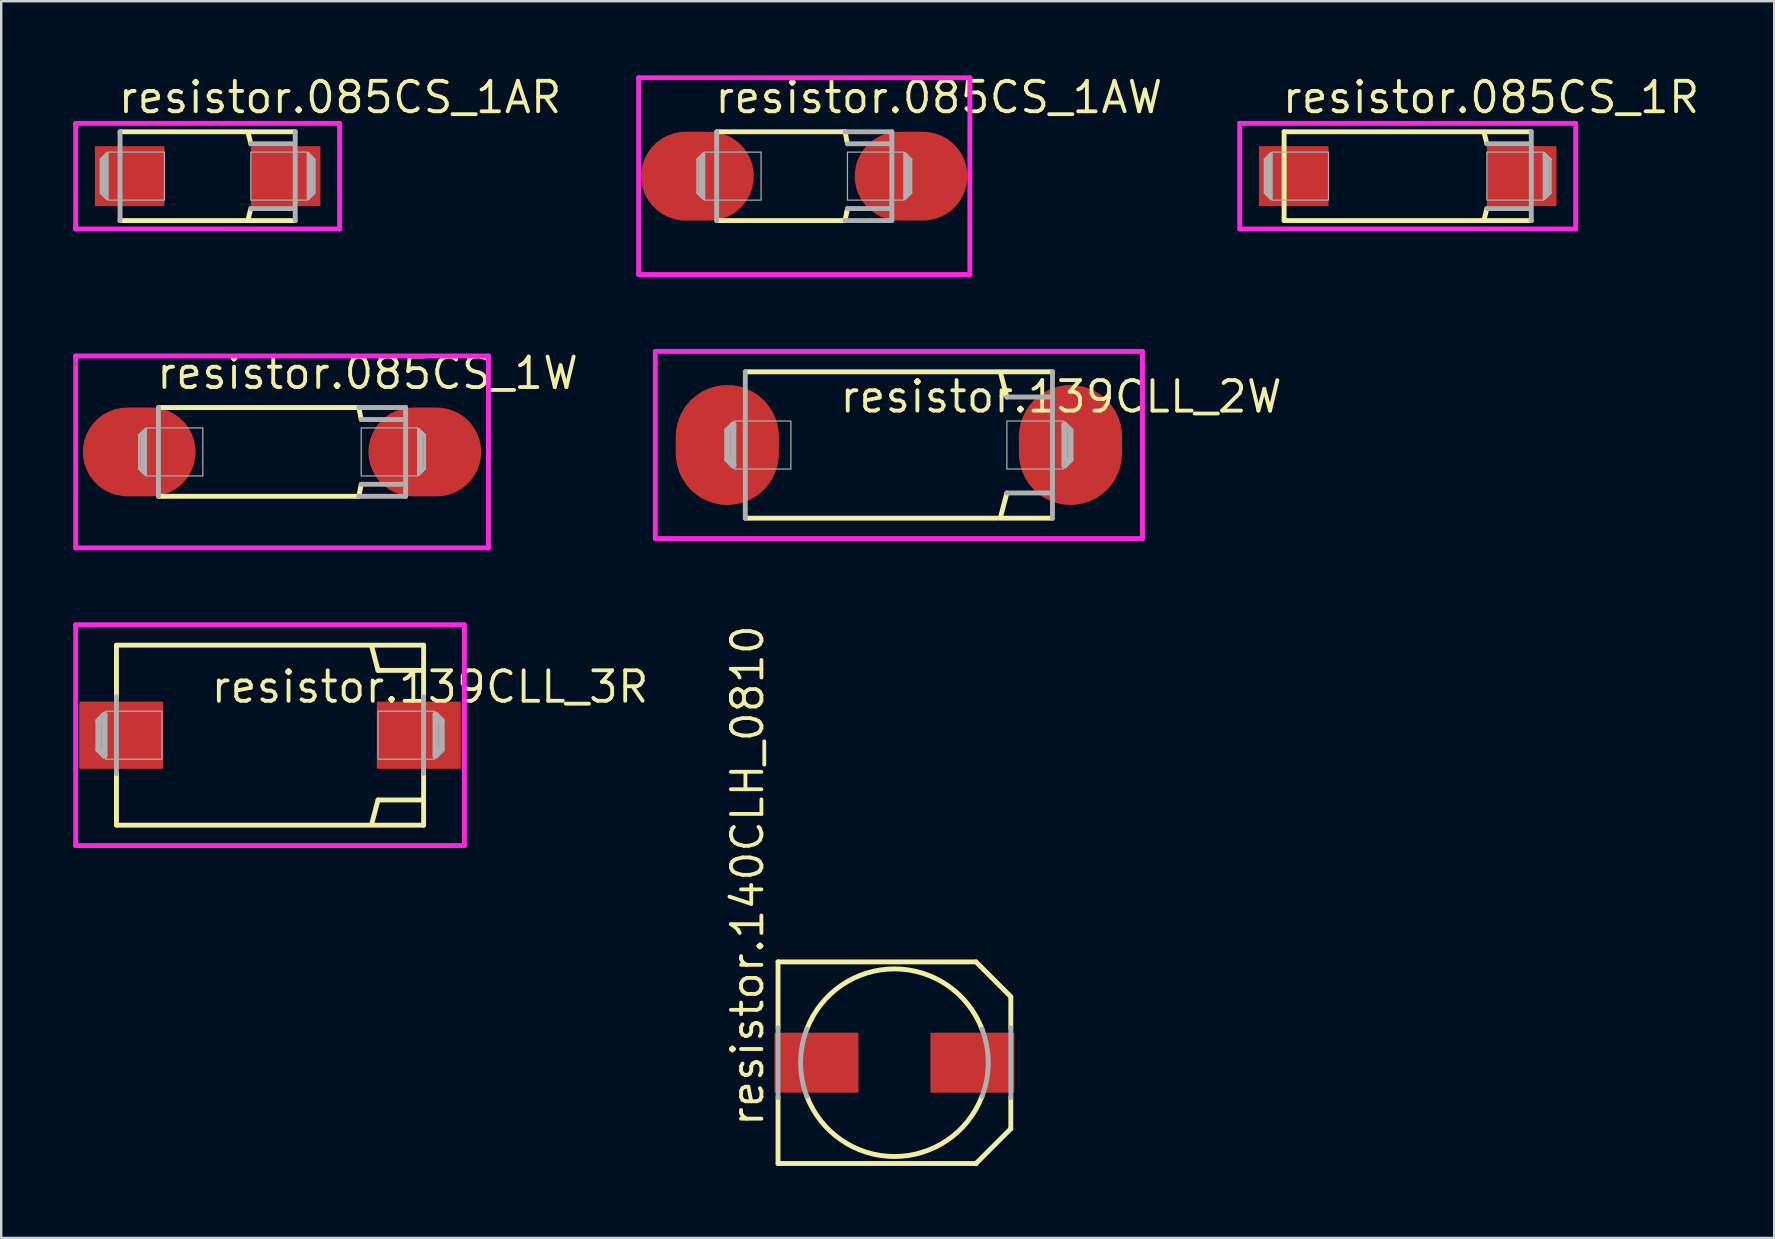
<source format=kicad_pcb>
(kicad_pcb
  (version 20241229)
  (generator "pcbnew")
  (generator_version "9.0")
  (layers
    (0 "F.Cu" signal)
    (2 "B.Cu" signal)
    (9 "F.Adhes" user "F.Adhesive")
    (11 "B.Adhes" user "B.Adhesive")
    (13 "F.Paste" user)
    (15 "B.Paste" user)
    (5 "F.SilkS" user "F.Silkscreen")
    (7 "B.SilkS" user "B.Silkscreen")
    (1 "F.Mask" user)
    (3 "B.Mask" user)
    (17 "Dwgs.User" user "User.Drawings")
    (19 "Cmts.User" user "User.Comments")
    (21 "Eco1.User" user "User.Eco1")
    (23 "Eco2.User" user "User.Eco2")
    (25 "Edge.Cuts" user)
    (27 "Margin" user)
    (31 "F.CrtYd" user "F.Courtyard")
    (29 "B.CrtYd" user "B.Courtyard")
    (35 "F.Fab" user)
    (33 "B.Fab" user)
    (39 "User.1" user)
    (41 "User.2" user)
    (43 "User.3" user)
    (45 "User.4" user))
  (footprint "resistor.085CS_1AW"
    (layer "F.Cu")
    (at 30.464 4.29)
    (property "Reference" "resistor.085CS_1AW" (at -3.81 -2.54 0) (layer "F.SilkS") (effects (font (size 1.27 1.27) (thickness 0.16)) (justify left bottom)))
    (attr smd)
    (fp_line (start -3.65 1.85) (end 1.7 1.85) (stroke (width 0.203) (type default)) (layer "F.SilkS"))
    (fp_line (start 1.7 -1.85) (end -3.65 -1.85) (stroke (width 0.203) (type default)) (layer "F.SilkS"))
    (fp_line (start 1.8 -1.35) (end 1.7 -1.85) (stroke (width 0.203) (type default)) (layer "F.SilkS"))
    (fp_line (start 1.8 1.35) (end 1.7 1.85) (stroke (width 0.203) (type default)) (layer "F.SilkS"))
    (fp_line (start -6.9 -4.1) (end -6.9 4.1) (stroke (width 0.203) (type default)) (layer "F.CrtYd"))
    (fp_line (start -6.9 -4.1) (end 6.9 -4.1) (stroke (width 0.203) (type default)) (layer "F.CrtYd"))
    (fp_line (start -6.9 4.1) (end 6.9 4.1) (stroke (width 0.203) (type default)) (layer "F.CrtYd"))
    (fp_line (start 6.9 -4.1) (end 6.9 4.1) (stroke (width 0.203) (type default)) (layer "F.CrtYd"))
    (fp_line (start -4.45 -0.7) (end -4.45 0.7) (stroke (width 0.102) (type default)) (layer "F.Fab"))
    (fp_line (start -4.45 0.7) (end -4.2 0.95) (stroke (width 0.102) (type default)) (layer "F.Fab"))
    (fp_line (start -4.3 -0.75) (end -4.3 0.75) (stroke (width 0.203) (type default)) (layer "F.Fab"))
    (fp_line (start -4.2 -0.95) (end -4.45 -0.7) (stroke (width 0.102) (type default)) (layer "F.Fab"))
    (fp_line (start -4.2 0.95) (end -4.2 -0.95) (stroke (width 0.102) (type default)) (layer "F.Fab"))
    (fp_line (start -3.65 -1.85) (end -3.65 1.85) (stroke (width 0.203) (type default)) (layer "F.Fab"))
    (fp_line (start 1.7 1.85) (end 3.65 1.85) (stroke (width 0.203) (type default)) (layer "F.Fab"))
    (fp_line (start 3.55 -1.35) (end 1.8 -1.35) (stroke (width 0.203) (type default)) (layer "F.Fab"))
    (fp_line (start 3.6 1.35) (end 1.8 1.35) (stroke (width 0.203) (type default)) (layer "F.Fab"))
    (fp_line (start 3.65 -1.85) (end 1.7 -1.85) (stroke (width 0.203) (type default)) (layer "F.Fab"))
    (fp_line (start 3.65 1.85) (end 3.65 -1.85) (stroke (width 0.203) (type default)) (layer "F.Fab"))
    (fp_line (start 4.2 -0.95) (end 4.2 0.95) (stroke (width 0.102) (type default)) (layer "F.Fab"))
    (fp_line (start 4.2 0.95) (end 4.45 0.7) (stroke (width 0.102) (type default)) (layer "F.Fab"))
    (fp_line (start 4.3 0.75) (end 4.3 -0.75) (stroke (width 0.203) (type default)) (layer "F.Fab"))
    (fp_line (start 4.45 -0.7) (end 4.2 -0.95) (stroke (width 0.102) (type default)) (layer "F.Fab"))
    (fp_line (start 4.45 0.7) (end 4.45 -0.7) (stroke (width 0.102) (type default)) (layer "F.Fab"))
    (fp_rect (start -4.15 1) (end -1.8 -1) (stroke (width 0.05) (type default)) (fill no) (layer "F.Fab"))
    (fp_rect (start 1.8 1) (end 4.15 -1) (stroke (width 0.05) (type default)) (fill no) (layer "F.Fab"))
    (pad "+" smd roundrect (at 4.45 0) (size 4.7 3.7) (layers "F.Cu" "F.Mask" "F.Paste") (roundrect_rratio 0.5))
    (pad "-" smd roundrect (at -4.45 0) (size 4.7 3.7) (layers "F.Cu" "F.Mask" "F.Paste") (roundrect_rratio 0.5)))
  (footprint "resistor.085CS_1R"
    (layer "F.Cu")
    (at 55.609 4.29)
    (property "Reference" "resistor.085CS_1R" (at -5.31 -2.54 0) (layer "F.SilkS") (effects (font (size 1.27 1.27) (thickness 0.16)) (justify left bottom)))
    (attr smd)
    (fp_line (start -5.15 -1.85) (end -5.15 1.85) (stroke (width 0.203) (type default)) (layer "F.SilkS"))
    (fp_line (start -5.15 1.85) (end 5.15 1.85) (stroke (width 0.203) (type default)) (layer "F.SilkS"))
    (fp_line (start 3.3 -1.35) (end 3.2 -1.75) (stroke (width 0.203) (type default)) (layer "F.SilkS"))
    (fp_line (start 3.3 1.35) (end 3.2 1.75) (stroke (width 0.203) (type default)) (layer "F.SilkS"))
    (fp_line (start 5.15 -1.85) (end -5.15 -1.85) (stroke (width 0.203) (type default)) (layer "F.SilkS"))
    (fp_line (start -7 -2.2) (end -7 2.2) (stroke (width 0.203) (type default)) (layer "F.CrtYd"))
    (fp_line (start -7 -2.2) (end 7 -2.2) (stroke (width 0.203) (type default)) (layer "F.CrtYd"))
    (fp_line (start -7 2.2) (end 7 2.2) (stroke (width 0.203) (type default)) (layer "F.CrtYd"))
    (fp_line (start 7 -2.2) (end 7 2.2) (stroke (width 0.203) (type default)) (layer "F.CrtYd"))
    (fp_line (start -5.95 -0.7) (end -5.95 0.7) (stroke (width 0.102) (type default)) (layer "F.Fab"))
    (fp_line (start -5.95 0.7) (end -5.7 0.95) (stroke (width 0.102) (type default)) (layer "F.Fab"))
    (fp_line (start -5.8 -0.75) (end -5.8 0.75) (stroke (width 0.203) (type default)) (layer "F.Fab"))
    (fp_line (start -5.7 -0.95) (end -5.95 -0.7) (stroke (width 0.102) (type default)) (layer "F.Fab"))
    (fp_line (start -5.7 0.95) (end -5.7 -0.95) (stroke (width 0.102) (type default)) (layer "F.Fab"))
    (fp_line (start 5.05 -1.35) (end 3.3 -1.35) (stroke (width 0.203) (type default)) (layer "F.Fab"))
    (fp_line (start 5.1 1.35) (end 3.3 1.35) (stroke (width 0.203) (type default)) (layer "F.Fab"))
    (fp_line (start 5.15 1.85) (end 5.15 -1.85) (stroke (width 0.203) (type default)) (layer "F.Fab"))
    (fp_line (start 5.7 -0.95) (end 5.7 0.95) (stroke (width 0.102) (type default)) (layer "F.Fab"))
    (fp_line (start 5.7 0.95) (end 5.95 0.7) (stroke (width 0.102) (type default)) (layer "F.Fab"))
    (fp_line (start 5.8 0.75) (end 5.8 -0.75) (stroke (width 0.203) (type default)) (layer "F.Fab"))
    (fp_line (start 5.95 -0.7) (end 5.7 -0.95) (stroke (width 0.102) (type default)) (layer "F.Fab"))
    (fp_line (start 5.95 0.7) (end 5.95 -0.7) (stroke (width 0.102) (type default)) (layer "F.Fab"))
    (fp_rect (start -5.65 1) (end -3.3 -1) (stroke (width 0.05) (type default)) (fill no) (layer "F.Fab"))
    (fp_rect (start 3.3 1) (end 5.65 -1) (stroke (width 0.05) (type default)) (fill no) (layer "F.Fab"))
    (pad "+" smd roundrect (at 4.75 0) (size 2.9 2.5) (layers "F.Cu" "F.Mask" "F.Paste") (roundrect_rratio 0.01))
    (pad "-" smd roundrect (at -4.75 0) (size 2.9 2.5) (layers "F.Cu" "F.Mask" "F.Paste") (roundrect_rratio 0.01)))
  (footprint "resistor.139CLL_2W"
    (layer "F.Cu")
    (at 34.407 15.493)
    (property "Reference" "resistor.139CLL_2W" (at -2.54 -1.27 0) (layer "F.SilkS") (effects (font (size 1.27 1.27) (thickness 0.16)) (justify left bottom)))
    (attr smd)
    (fp_line (start -6.4 -3.05) (end 6.4 -3.05) (stroke (width 0.203) (type default)) (layer "F.SilkS"))
    (fp_line (start 4.5 -2) (end 4.25 -2.95) (stroke (width 0.203) (type default)) (layer "F.SilkS"))
    (fp_line (start 4.5 2) (end 4.25 2.95) (stroke (width 0.203) (type default)) (layer "F.SilkS"))
    (fp_line (start 6.4 3.05) (end -6.4 3.05) (stroke (width 0.203) (type default)) (layer "F.SilkS"))
    (fp_line (start -10.15 -3.9) (end -10.15 3.9) (stroke (width 0.203) (type default)) (layer "F.CrtYd"))
    (fp_line (start -10.15 3.9) (end 10.15 3.9) (stroke (width 0.203) (type default)) (layer "F.CrtYd"))
    (fp_line (start 10.15 -3.9) (end -10.15 -3.9) (stroke (width 0.203) (type default)) (layer "F.CrtYd"))
    (fp_line (start 10.15 3.9) (end 10.15 -3.9) (stroke (width 0.203) (type default)) (layer "F.CrtYd"))
    (fp_line (start -7.15 -0.6) (end -6.9 -0.85) (stroke (width 0.254) (type default)) (layer "F.Fab"))
    (fp_line (start -7.15 0.6) (end -7.15 -0.6) (stroke (width 0.254) (type default)) (layer "F.Fab"))
    (fp_line (start -6.9 -0.85) (end -6.9 0.85) (stroke (width 0.254) (type default)) (layer "F.Fab"))
    (fp_line (start -6.9 0.85) (end -7.15 0.6) (stroke (width 0.254) (type default)) (layer "F.Fab"))
    (fp_line (start -6.4 3.05) (end -6.4 -3.05) (stroke (width 0.203) (type default)) (layer "F.Fab"))
    (fp_line (start 6.35 -2) (end 4.5 -2) (stroke (width 0.203) (type default)) (layer "F.Fab"))
    (fp_line (start 6.35 2) (end 4.5 2) (stroke (width 0.203) (type default)) (layer "F.Fab"))
    (fp_line (start 6.4 -3.05) (end 6.4 3.05) (stroke (width 0.203) (type default)) (layer "F.Fab"))
    (fp_line (start 6.9 -0.85) (end 7.15 -0.6) (stroke (width 0.254) (type default)) (layer "F.Fab"))
    (fp_line (start 6.9 0.85) (end 6.9 -0.85) (stroke (width 0.254) (type default)) (layer "F.Fab"))
    (fp_line (start 7.15 -0.6) (end 7.15 0.6) (stroke (width 0.254) (type default)) (layer "F.Fab"))
    (fp_line (start 7.15 0.6) (end 6.9 0.85) (stroke (width 0.254) (type default)) (layer "F.Fab"))
    (fp_rect (start -6.85 1) (end -4.5 -1) (stroke (width 0.05) (type default)) (fill no) (layer "F.Fab"))
    (fp_rect (start 4.5 1) (end 6.85 -1) (stroke (width 0.05) (type default)) (fill no) (layer "F.Fab"))
    (pad "+" smd roundrect (at 7.15 0) (size 4.3 5) (layers "F.Cu" "F.Mask" "F.Paste") (roundrect_rratio 0.5))
    (pad "-" smd roundrect (at -7.15 0) (size 4.3 5) (layers "F.Cu" "F.Mask" "F.Paste") (roundrect_rratio 0.5)))
  (footprint "resistor.085CS_1W"
    (layer "F.Cu")
    (at 8.702 15.782)
    (property "Reference" "resistor.085CS_1W" (at -5.31 -2.54 0) (layer "F.SilkS") (effects (font (size 1.27 1.27) (thickness 0.16)) (justify left bottom)))
    (attr smd)
    (fp_line (start -5.15 1.85) (end 3.2 1.85) (stroke (width 0.203) (type default)) (layer "F.SilkS"))
    (fp_line (start 3.2 -1.85) (end -5.15 -1.85) (stroke (width 0.203) (type default)) (layer "F.SilkS"))
    (fp_line (start 3.3 -1.35) (end 3.2 -1.85) (stroke (width 0.203) (type default)) (layer "F.SilkS"))
    (fp_line (start 3.3 1.35) (end 3.2 1.85) (stroke (width 0.203) (type default)) (layer "F.SilkS"))
    (fp_line (start -8.6 -4) (end -8.6 4) (stroke (width 0.203) (type default)) (layer "F.CrtYd"))
    (fp_line (start -8.6 -4) (end 8.6 -4) (stroke (width 0.203) (type default)) (layer "F.CrtYd"))
    (fp_line (start -8.6 4) (end 8.6 4) (stroke (width 0.203) (type default)) (layer "F.CrtYd"))
    (fp_line (start 8.6 -4) (end 8.6 4) (stroke (width 0.203) (type default)) (layer "F.CrtYd"))
    (fp_line (start -5.95 -0.7) (end -5.95 0.7) (stroke (width 0.102) (type default)) (layer "F.Fab"))
    (fp_line (start -5.95 0.7) (end -5.7 0.95) (stroke (width 0.102) (type default)) (layer "F.Fab"))
    (fp_line (start -5.8 -0.75) (end -5.8 0.75) (stroke (width 0.203) (type default)) (layer "F.Fab"))
    (fp_line (start -5.7 -0.95) (end -5.95 -0.7) (stroke (width 0.102) (type default)) (layer "F.Fab"))
    (fp_line (start -5.7 0.95) (end -5.7 -0.95) (stroke (width 0.102) (type default)) (layer "F.Fab"))
    (fp_line (start -5.15 -1.85) (end -5.15 1.85) (stroke (width 0.203) (type default)) (layer "F.Fab"))
    (fp_line (start 3.2 1.85) (end 5.15 1.85) (stroke (width 0.203) (type default)) (layer "F.Fab"))
    (fp_line (start 5.05 -1.35) (end 3.3 -1.35) (stroke (width 0.203) (type default)) (layer "F.Fab"))
    (fp_line (start 5.1 1.35) (end 3.3 1.35) (stroke (width 0.203) (type default)) (layer "F.Fab"))
    (fp_line (start 5.15 -1.85) (end 3.2 -1.85) (stroke (width 0.203) (type default)) (layer "F.Fab"))
    (fp_line (start 5.15 1.85) (end 5.15 -1.85) (stroke (width 0.203) (type default)) (layer "F.Fab"))
    (fp_line (start 5.7 -0.95) (end 5.7 0.95) (stroke (width 0.102) (type default)) (layer "F.Fab"))
    (fp_line (start 5.7 0.95) (end 5.95 0.7) (stroke (width 0.102) (type default)) (layer "F.Fab"))
    (fp_line (start 5.8 0.75) (end 5.8 -0.75) (stroke (width 0.203) (type default)) (layer "F.Fab"))
    (fp_line (start 5.95 -0.7) (end 5.7 -0.95) (stroke (width 0.102) (type default)) (layer "F.Fab"))
    (fp_line (start 5.95 0.7) (end 5.95 -0.7) (stroke (width 0.102) (type default)) (layer "F.Fab"))
    (fp_rect (start -5.65 1) (end -3.3 -1) (stroke (width 0.05) (type default)) (fill no) (layer "F.Fab"))
    (fp_rect (start 3.3 1) (end 5.65 -1) (stroke (width 0.05) (type default)) (fill no) (layer "F.Fab"))
    (pad "+" smd roundrect (at 5.95 0) (size 4.7 3.7) (layers "F.Cu" "F.Mask" "F.Paste") (roundrect_rratio 0.5))
    (pad "-" smd roundrect (at -5.95 0) (size 4.7 3.7) (layers "F.Cu" "F.Mask" "F.Paste") (roundrect_rratio 0.5)))
  (footprint "resistor.140CLH_0810"
    (layer "F.Cu")
    (at 34.221 41.233)
    (property "Reference" "resistor.140CLH_0810" (at -5.38 2.74 90) (layer "F.SilkS") (effects (font (size 1.27 1.27) (thickness 0.16)) (justify left bottom)))
    (attr smd)
    (fp_line (start -4.85 -4.2) (end 3.4 -4.2) (stroke (width 0.203) (type default)) (layer "F.SilkS"))
    (fp_line (start -4.85 -1.45) (end -4.85 -4.2) (stroke (width 0.203) (type default)) (layer "F.SilkS"))
    (fp_line (start -4.85 4.2) (end -4.85 1.45) (stroke (width 0.203) (type default)) (layer "F.SilkS"))
    (fp_line (start 3.4 4.2) (end -4.85 4.2) (stroke (width 0.203) (type default)) (layer "F.SilkS"))
    (fp_line (start 4.85 -2.75) (end 3.4 -4.2) (stroke (width 0.203) (type default)) (layer "F.SilkS"))
    (fp_line (start 4.85 -2.75) (end 4.85 -1.45) (stroke (width 0.203) (type default)) (layer "F.SilkS"))
    (fp_line (start 4.85 1.45) (end 4.85 2.75) (stroke (width 0.203) (type default)) (layer "F.SilkS"))
    (fp_line (start 4.85 2.75) (end 3.4 4.2) (stroke (width 0.203) (type default)) (layer "F.SilkS"))
    (fp_arc (start -3.65 -1.4) (mid 0 -3.909284) (end 3.65 -1.4) (stroke (width 0.2032) (type default)) (layer "F.SilkS"))
    (fp_arc (start 3.65 1.4) (mid 0 3.909284) (end -3.65 1.4) (stroke (width 0.2032) (type default)) (layer "F.SilkS"))
    (fp_line (start -4.85 1.45) (end -4.85 -1.45) (stroke (width 0.203) (type default)) (layer "F.Fab"))
    (fp_line (start 4.85 -1.45) (end 4.85 1.45) (stroke (width 0.203) (type default)) (layer "F.Fab"))
    (fp_arc (start -3.65 1.4) (mid -3.909284 0) (end -3.65 -1.4) (stroke (width 0.2032) (type default)) (layer "F.Fab"))
    (fp_arc (start 3.65 -1.4) (mid 3.909284 0) (end 3.65 1.4) (stroke (width 0.2032) (type default)) (layer "F.Fab"))
    (pad "+" smd roundrect (at 3.25 0) (size 3.5 2.5) (layers "F.Cu" "F.Mask" "F.Paste") (roundrect_rratio 0.01))
    (pad "-" smd roundrect (at -3.25 0) (size 3.5 2.5) (layers "F.Cu" "F.Mask" "F.Paste") (roundrect_rratio 0.01)))
  (footprint "resistor.139CLL_3R"
    (layer "F.Cu")
    (at 8.202 27.585)
    (property "Reference" "resistor.139CLL_3R" (at -2.54 -1.27 0) (layer "F.SilkS") (effects (font (size 1.27 1.27) (thickness 0.16)) (justify left bottom)))
    (attr smd)
    (fp_line (start -6.4 -3.75) (end 6.4 -3.75) (stroke (width 0.203) (type default)) (layer "F.SilkS"))
    (fp_line (start -6.4 -1.6) (end -6.4 -3.75) (stroke (width 0.203) (type default)) (layer "F.SilkS"))
    (fp_line (start -6.4 3.75) (end -6.4 1.6) (stroke (width 0.203) (type default)) (layer "F.SilkS"))
    (fp_line (start 4.5 -2.7) (end 4.25 -3.65) (stroke (width 0.203) (type default)) (layer "F.SilkS"))
    (fp_line (start 4.5 2.7) (end 4.25 3.65) (stroke (width 0.203) (type default)) (layer "F.SilkS"))
    (fp_line (start 6.35 -2.7) (end 4.5 -2.7) (stroke (width 0.203) (type default)) (layer "F.SilkS"))
    (fp_line (start 6.35 2.7) (end 4.5 2.7) (stroke (width 0.203) (type default)) (layer "F.SilkS"))
    (fp_line (start 6.4 -3.75) (end 6.4 -1.6) (stroke (width 0.203) (type default)) (layer "F.SilkS"))
    (fp_line (start 6.4 1.6) (end 6.4 3.75) (stroke (width 0.203) (type default)) (layer "F.SilkS"))
    (fp_line (start 6.4 3.75) (end -6.4 3.75) (stroke (width 0.203) (type default)) (layer "F.SilkS"))
    (fp_line (start -8.1 -4.6) (end -8.1 4.6) (stroke (width 0.203) (type default)) (layer "F.CrtYd"))
    (fp_line (start -8.1 4.6) (end 8.1 4.6) (stroke (width 0.203) (type default)) (layer "F.CrtYd"))
    (fp_line (start 8.1 -4.6) (end -8.1 -4.6) (stroke (width 0.203) (type default)) (layer "F.CrtYd"))
    (fp_line (start 8.1 4.6) (end 8.1 -4.6) (stroke (width 0.203) (type default)) (layer "F.CrtYd"))
    (fp_line (start -7.15 -0.6) (end -6.9 -0.85) (stroke (width 0.254) (type default)) (layer "F.Fab"))
    (fp_line (start -7.15 0.6) (end -7.15 -0.6) (stroke (width 0.254) (type default)) (layer "F.Fab"))
    (fp_line (start -6.9 -0.85) (end -6.9 0.85) (stroke (width 0.254) (type default)) (layer "F.Fab"))
    (fp_line (start -6.9 0.85) (end -7.15 0.6) (stroke (width 0.254) (type default)) (layer "F.Fab"))
    (fp_line (start -6.4 1.6) (end -6.4 -1.6) (stroke (width 0.203) (type default)) (layer "F.Fab"))
    (fp_line (start 6.4 -1.6) (end 6.4 1.6) (stroke (width 0.203) (type default)) (layer "F.Fab"))
    (fp_line (start 6.9 -0.85) (end 7.15 -0.6) (stroke (width 0.254) (type default)) (layer "F.Fab"))
    (fp_line (start 6.9 0.85) (end 6.9 -0.85) (stroke (width 0.254) (type default)) (layer "F.Fab"))
    (fp_line (start 7.15 -0.6) (end 7.15 0.6) (stroke (width 0.254) (type default)) (layer "F.Fab"))
    (fp_line (start 7.15 0.6) (end 6.9 0.85) (stroke (width 0.254) (type default)) (layer "F.Fab"))
    (fp_rect (start -6.85 1) (end -4.5 -1) (stroke (width 0.05) (type default)) (fill no) (layer "F.Fab"))
    (fp_rect (start 4.5 1) (end 6.85 -1) (stroke (width 0.05) (type default)) (fill no) (layer "F.Fab"))
    (pad "+" smd roundrect (at 6.2 0) (size 3.5 2.8) (layers "F.Cu" "F.Mask" "F.Paste") (roundrect_rratio 0.01))
    (pad "-" smd roundrect (at -6.2 0) (size 3.5 2.8) (layers "F.Cu" "F.Mask" "F.Paste") (roundrect_rratio 0.01)))
  (footprint "resistor.085CS_1AR"
    (layer "F.Cu")
    (at 5.602 4.29)
    (property "Reference" "resistor.085CS_1AR" (at -3.81 -2.54 0) (layer "F.SilkS") (effects (font (size 1.27 1.27) (thickness 0.16)) (justify left bottom)))
    (attr smd)
    (fp_line (start -3.65 1.85) (end 3.65 1.85) (stroke (width 0.203) (type default)) (layer "F.SilkS"))
    (fp_line (start 1.8 -1.35) (end 1.7 -1.75) (stroke (width 0.203) (type default)) (layer "F.SilkS"))
    (fp_line (start 1.8 1.35) (end 1.7 1.75) (stroke (width 0.203) (type default)) (layer "F.SilkS"))
    (fp_line (start 3.65 -1.85) (end -3.65 -1.85) (stroke (width 0.203) (type default)) (layer "F.SilkS"))
    (fp_line (start -5.5 -2.2) (end -5.5 2.2) (stroke (width 0.203) (type default)) (layer "F.CrtYd"))
    (fp_line (start -5.5 -2.2) (end 5.5 -2.2) (stroke (width 0.203) (type default)) (layer "F.CrtYd"))
    (fp_line (start -5.5 2.2) (end 5.5 2.2) (stroke (width 0.203) (type default)) (layer "F.CrtYd"))
    (fp_line (start 5.5 -2.2) (end 5.5 2.2) (stroke (width 0.203) (type default)) (layer "F.CrtYd"))
    (fp_line (start -4.45 -0.7) (end -4.45 0.7) (stroke (width 0.102) (type default)) (layer "F.Fab"))
    (fp_line (start -4.45 0.7) (end -4.2 0.95) (stroke (width 0.102) (type default)) (layer "F.Fab"))
    (fp_line (start -4.3 -0.75) (end -4.3 0.75) (stroke (width 0.203) (type default)) (layer "F.Fab"))
    (fp_line (start -4.2 -0.95) (end -4.45 -0.7) (stroke (width 0.102) (type default)) (layer "F.Fab"))
    (fp_line (start -4.2 0.95) (end -4.2 -0.95) (stroke (width 0.102) (type default)) (layer "F.Fab"))
    (fp_line (start -3.65 -1.85) (end -3.65 1.85) (stroke (width 0.203) (type default)) (layer "F.Fab"))
    (fp_line (start 3.55 -1.35) (end 1.8 -1.35) (stroke (width 0.203) (type default)) (layer "F.Fab"))
    (fp_line (start 3.6 1.35) (end 1.8 1.35) (stroke (width 0.203) (type default)) (layer "F.Fab"))
    (fp_line (start 3.65 1.85) (end 3.65 -1.85) (stroke (width 0.203) (type default)) (layer "F.Fab"))
    (fp_line (start 4.2 -0.95) (end 4.2 0.95) (stroke (width 0.102) (type default)) (layer "F.Fab"))
    (fp_line (start 4.2 0.95) (end 4.45 0.7) (stroke (width 0.102) (type default)) (layer "F.Fab"))
    (fp_line (start 4.3 0.75) (end 4.3 -0.75) (stroke (width 0.203) (type default)) (layer "F.Fab"))
    (fp_line (start 4.45 -0.7) (end 4.2 -0.95) (stroke (width 0.102) (type default)) (layer "F.Fab"))
    (fp_line (start 4.45 0.7) (end 4.45 -0.7) (stroke (width 0.102) (type default)) (layer "F.Fab"))
    (fp_rect (start -4.15 1) (end -1.8 -1) (stroke (width 0.05) (type default)) (fill no) (layer "F.Fab"))
    (fp_rect (start 1.8 1) (end 4.15 -1) (stroke (width 0.05) (type default)) (fill no) (layer "F.Fab"))
    (pad "+" smd roundrect (at 3.25 0) (size 2.9 2.5) (layers "F.Cu" "F.Mask" "F.Paste") (roundrect_rratio 0.01))
    (pad "-" smd roundrect (at -3.25 0) (size 2.9 2.5) (layers "F.Cu" "F.Mask" "F.Paste") (roundrect_rratio 0.01)))
  (gr_rect
    (start -3 -3)
    (end 70.881 48.535)
    (stroke (width 0.1) (type default))
    (fill no)
    (layer "Edge.Cuts")))
</source>
